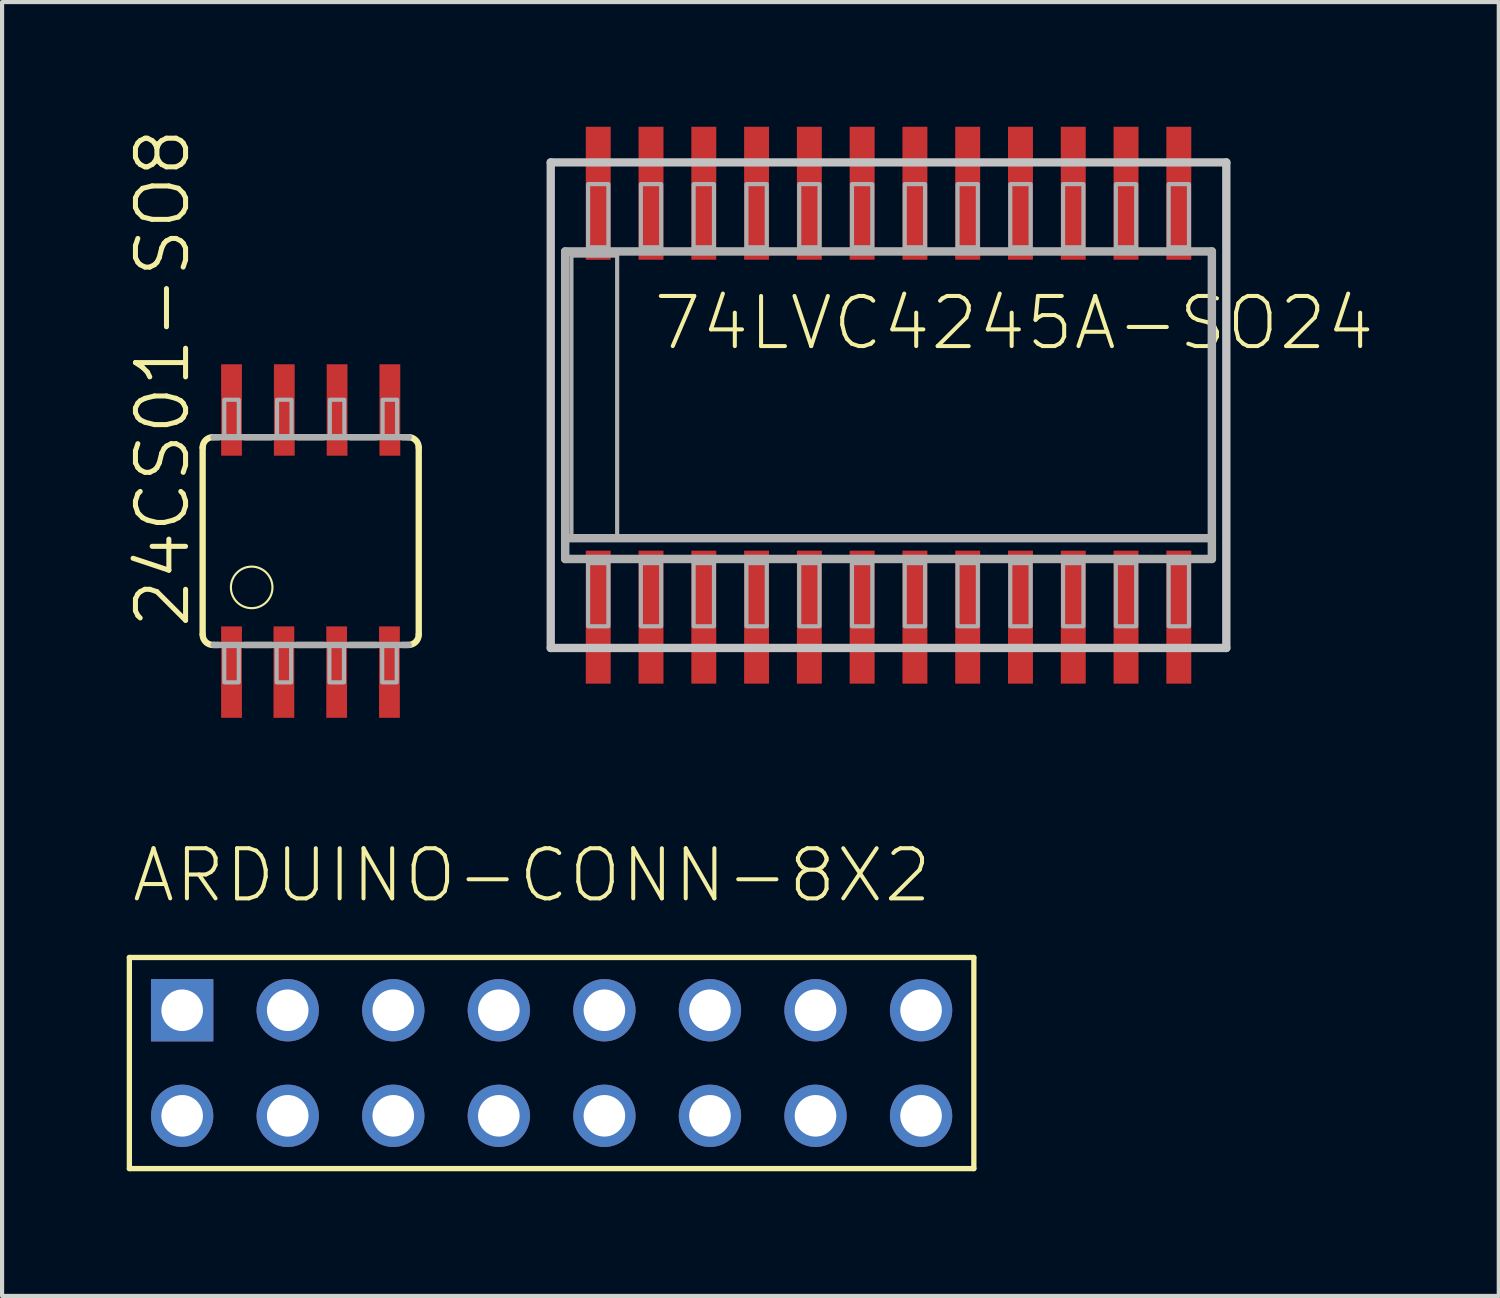
<source format=kicad_pcb>
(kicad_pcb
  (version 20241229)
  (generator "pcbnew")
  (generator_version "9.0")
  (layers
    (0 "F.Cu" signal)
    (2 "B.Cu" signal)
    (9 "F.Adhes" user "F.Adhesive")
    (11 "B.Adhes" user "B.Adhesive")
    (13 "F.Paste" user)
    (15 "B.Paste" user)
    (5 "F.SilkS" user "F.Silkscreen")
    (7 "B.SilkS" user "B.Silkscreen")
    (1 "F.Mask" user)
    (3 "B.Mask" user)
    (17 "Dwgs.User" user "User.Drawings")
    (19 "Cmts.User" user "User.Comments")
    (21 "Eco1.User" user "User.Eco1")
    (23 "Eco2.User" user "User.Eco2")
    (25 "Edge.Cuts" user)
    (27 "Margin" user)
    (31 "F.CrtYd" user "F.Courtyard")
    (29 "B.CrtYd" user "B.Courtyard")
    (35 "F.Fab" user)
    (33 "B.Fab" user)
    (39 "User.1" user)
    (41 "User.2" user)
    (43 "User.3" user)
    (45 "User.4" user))
  (footprint "74LVC4245A-SO24"
    (layer "F.Cu")
    (at 19.6 6.7)
    (property "Reference" "74LVC4245A-SO24" (at -6.985 -1.27 180) (layer "F.SilkS") (effects (font (size 1.206 1.206) (thickness 0.097)) (justify left bottom)))
    (attr through_hole)
    (fp_line (start -9.398 -5.842) (end 6.858 -5.842) (stroke (width 0.2) (type solid)) (layer "Dwgs.User"))
    (fp_line (start -9.398 5.842) (end -9.398 -5.842) (stroke (width 0.2) (type solid)) (layer "Dwgs.User"))
    (fp_line (start 6.858 -5.842) (end 6.858 5.842) (stroke (width 0.2) (type solid)) (layer "Dwgs.User"))
    (fp_line (start 6.858 5.842) (end -9.398 5.842) (stroke (width 0.2) (type solid)) (layer "Dwgs.User"))
    (fp_line (start -9.05 -3.7) (end 6.51 -3.7) (stroke (width 0.203) (type solid)) (layer "F.Fab"))
    (fp_line (start -9.05 3.2) (end -9.05 -3.7) (stroke (width 0.203) (type solid)) (layer "F.Fab"))
    (fp_line (start -9.05 3.7) (end -9.05 3.2) (stroke (width 0.203) (type solid)) (layer "F.Fab"))
    (fp_line (start 6.51 -3.7) (end 6.51 3.2) (stroke (width 0.203) (type solid)) (layer "F.Fab"))
    (fp_line (start 6.51 3.2) (end -9.05 3.2) (stroke (width 0.203) (type solid)) (layer "F.Fab"))
    (fp_line (start 6.51 3.2) (end 6.51 3.7) (stroke (width 0.203) (type solid)) (layer "F.Fab"))
    (fp_line (start 6.51 3.7) (end -9.05 3.7) (stroke (width 0.203) (type solid)) (layer "F.Fab"))
    (fp_poly (pts (xy -8.9 3.2) (xy -7.8 3.2) (xy -7.8 -3.6) (xy -8.9 -3.6)) (stroke (width 0.1) (type solid)) (fill no) (layer "F.Fab"))
    (fp_poly (pts (xy -8.5 -3.8) (xy -8.01 -3.8) (xy -8.01 -5.32) (xy -8.5 -5.32)) (stroke (width 0.1) (type solid)) (fill no) (layer "F.Fab"))
    (fp_poly (pts (xy -8.5 5.32) (xy -8.01 5.32) (xy -8.01 3.8) (xy -8.5 3.8)) (stroke (width 0.1) (type solid)) (fill no) (layer "F.Fab"))
    (fp_poly (pts (xy -7.23 -3.8) (xy -6.74 -3.8) (xy -6.74 -5.32) (xy -7.23 -5.32)) (stroke (width 0.1) (type solid)) (fill no) (layer "F.Fab"))
    (fp_poly (pts (xy -7.23 5.32) (xy -6.74 5.32) (xy -6.74 3.8) (xy -7.23 3.8)) (stroke (width 0.1) (type solid)) (fill no) (layer "F.Fab"))
    (fp_poly (pts (xy -5.96 -3.8) (xy -5.47 -3.8) (xy -5.47 -5.32) (xy -5.96 -5.32)) (stroke (width 0.1) (type solid)) (fill no) (layer "F.Fab"))
    (fp_poly (pts (xy -5.96 5.32) (xy -5.47 5.32) (xy -5.47 3.8) (xy -5.96 3.8)) (stroke (width 0.1) (type solid)) (fill no) (layer "F.Fab"))
    (fp_poly (pts (xy -4.69 -3.8) (xy -4.2 -3.8) (xy -4.2 -5.32) (xy -4.69 -5.32)) (stroke (width 0.1) (type solid)) (fill no) (layer "F.Fab"))
    (fp_poly (pts (xy -4.69 5.32) (xy -4.2 5.32) (xy -4.2 3.8) (xy -4.69 3.8)) (stroke (width 0.1) (type solid)) (fill no) (layer "F.Fab"))
    (fp_poly (pts (xy -3.42 -3.8) (xy -2.93 -3.8) (xy -2.93 -5.32) (xy -3.42 -5.32)) (stroke (width 0.1) (type solid)) (fill no) (layer "F.Fab"))
    (fp_poly (pts (xy -3.42 5.32) (xy -2.93 5.32) (xy -2.93 3.8) (xy -3.42 3.8)) (stroke (width 0.1) (type solid)) (fill no) (layer "F.Fab"))
    (fp_poly (pts (xy -2.15 -3.8) (xy -1.66 -3.8) (xy -1.66 -5.32) (xy -2.15 -5.32)) (stroke (width 0.1) (type solid)) (fill no) (layer "F.Fab"))
    (fp_poly (pts (xy -2.15 5.32) (xy -1.66 5.32) (xy -1.66 3.8) (xy -2.15 3.8)) (stroke (width 0.1) (type solid)) (fill no) (layer "F.Fab"))
    (fp_poly (pts (xy -0.88 -3.8) (xy -0.39 -3.8) (xy -0.39 -5.32) (xy -0.88 -5.32)) (stroke (width 0.1) (type solid)) (fill no) (layer "F.Fab"))
    (fp_poly (pts (xy -0.88 5.32) (xy -0.39 5.32) (xy -0.39 3.8) (xy -0.88 3.8)) (stroke (width 0.1) (type solid)) (fill no) (layer "F.Fab"))
    (fp_poly (pts (xy 0.39 -3.8) (xy 0.88 -3.8) (xy 0.88 -5.32) (xy 0.39 -5.32)) (stroke (width 0.1) (type solid)) (fill no) (layer "F.Fab"))
    (fp_poly (pts (xy 0.39 5.32) (xy 0.88 5.32) (xy 0.88 3.8) (xy 0.39 3.8)) (stroke (width 0.1) (type solid)) (fill no) (layer "F.Fab"))
    (fp_poly (pts (xy 1.66 -3.8) (xy 2.15 -3.8) (xy 2.15 -5.32) (xy 1.66 -5.32)) (stroke (width 0.1) (type solid)) (fill no) (layer "F.Fab"))
    (fp_poly (pts (xy 1.66 5.32) (xy 2.15 5.32) (xy 2.15 3.8) (xy 1.66 3.8)) (stroke (width 0.1) (type solid)) (fill no) (layer "F.Fab"))
    (fp_poly (pts (xy 2.93 -3.8) (xy 3.42 -3.8) (xy 3.42 -5.32) (xy 2.93 -5.32)) (stroke (width 0.1) (type solid)) (fill no) (layer "F.Fab"))
    (fp_poly (pts (xy 2.93 5.32) (xy 3.42 5.32) (xy 3.42 3.8) (xy 2.93 3.8)) (stroke (width 0.1) (type solid)) (fill no) (layer "F.Fab"))
    (fp_poly (pts (xy 4.2 -3.8) (xy 4.69 -3.8) (xy 4.69 -5.32) (xy 4.2 -5.32)) (stroke (width 0.1) (type solid)) (fill no) (layer "F.Fab"))
    (fp_poly (pts (xy 4.2 5.32) (xy 4.69 5.32) (xy 4.69 3.8) (xy 4.2 3.8)) (stroke (width 0.1) (type solid)) (fill no) (layer "F.Fab"))
    (fp_poly (pts (xy 5.47 -3.8) (xy 5.96 -3.8) (xy 5.96 -5.32) (xy 5.47 -5.32)) (stroke (width 0.1) (type solid)) (fill no) (layer "F.Fab"))
    (fp_poly (pts (xy 5.47 5.32) (xy 5.96 5.32) (xy 5.96 3.8) (xy 5.47 3.8)) (stroke (width 0.1) (type solid)) (fill no) (layer "F.Fab"))
    (pad "1" smd rect (at -8.255 5.1) (size 0.6 3.2) (layers "F.Cu" "F.Mask" "F.Paste"))
    (pad "2" smd rect (at -6.985 5.1) (size 0.6 3.2) (layers "F.Cu" "F.Mask" "F.Paste"))
    (pad "3" smd rect (at -5.715 5.1) (size 0.6 3.2) (layers "F.Cu" "F.Mask" "F.Paste"))
    (pad "4" smd rect (at -4.445 5.1) (size 0.6 3.2) (layers "F.Cu" "F.Mask" "F.Paste"))
    (pad "5" smd rect (at -3.175 5.1) (size 0.6 3.2) (layers "F.Cu" "F.Mask" "F.Paste"))
    (pad "6" smd rect (at -1.905 5.1) (size 0.6 3.2) (layers "F.Cu" "F.Mask" "F.Paste"))
    (pad "7" smd rect (at -0.635 5.1) (size 0.6 3.2) (layers "F.Cu" "F.Mask" "F.Paste"))
    (pad "8" smd rect (at 0.635 5.1) (size 0.6 3.2) (layers "F.Cu" "F.Mask" "F.Paste"))
    (pad "9" smd rect (at 1.905 5.1) (size 0.6 3.2) (layers "F.Cu" "F.Mask" "F.Paste"))
    (pad "10" smd rect (at 3.175 5.1) (size 0.6 3.2) (layers "F.Cu" "F.Mask" "F.Paste"))
    (pad "11" smd rect (at 4.445 5.1) (size 0.6 3.2) (layers "F.Cu" "F.Mask" "F.Paste"))
    (pad "12" smd rect (at 5.715 5.1) (size 0.6 3.2) (layers "F.Cu" "F.Mask" "F.Paste"))
    (pad "13" smd rect (at 5.715 -5.1) (size 0.6 3.2) (layers "F.Cu" "F.Mask" "F.Paste"))
    (pad "14" smd rect (at 4.445 -5.1) (size 0.6 3.2) (layers "F.Cu" "F.Mask" "F.Paste"))
    (pad "15" smd rect (at 3.175 -5.1) (size 0.6 3.2) (layers "F.Cu" "F.Mask" "F.Paste"))
    (pad "16" smd rect (at 1.905 -5.1) (size 0.6 3.2) (layers "F.Cu" "F.Mask" "F.Paste"))
    (pad "17" smd rect (at 0.635 -5.1) (size 0.6 3.2) (layers "F.Cu" "F.Mask" "F.Paste"))
    (pad "18" smd rect (at -0.635 -5.1) (size 0.6 3.2) (layers "F.Cu" "F.Mask" "F.Paste"))
    (pad "19" smd rect (at -1.905 -5.1) (size 0.6 3.2) (layers "F.Cu" "F.Mask" "F.Paste"))
    (pad "20" smd rect (at -3.175 -5.1) (size 0.6 3.2) (layers "F.Cu" "F.Mask" "F.Paste"))
    (pad "21" smd rect (at -4.445 -5.1) (size 0.6 3.2) (layers "F.Cu" "F.Mask" "F.Paste"))
    (pad "22" smd rect (at -5.715 -5.1) (size 0.6 3.2) (layers "F.Cu" "F.Mask" "F.Paste"))
    (pad "23" smd rect (at -6.985 -5.1) (size 0.6 3.2) (layers "F.Cu" "F.Mask" "F.Paste"))
    (pad "24" smd rect (at -8.255 -5.1) (size 0.6 3.2) (layers "F.Cu" "F.Mask" "F.Paste")))
  (footprint "ARDUINO-CONN-8X2"
    (layer "F.Cu")
    (at 1.333 21.259)
    (property "Reference" "ARDUINO-CONN-8X2" (at -1.27 -2.54 180) (layer "F.SilkS") (effects (font (size 1.206 1.206) (thickness 0.097)) (justify left bottom)))
    (attr through_hole)
    (fp_line (start -1.27 -1.27) (end -1.27 3.81) (stroke (width 0.127) (type solid)) (layer "F.SilkS"))
    (fp_line (start -1.27 3.81) (end 19.05 3.81) (stroke (width 0.127) (type solid)) (layer "F.SilkS"))
    (fp_line (start 19.05 -1.27) (end -1.27 -1.27) (stroke (width 0.127) (type solid)) (layer "F.SilkS"))
    (fp_line (start 19.05 -1.27) (end 19.05 3.81) (stroke (width 0.127) (type solid)) (layer "F.SilkS"))
    (pad "P$1" thru_hole rect (at 0 0) (size 1.5 1.5) (drill 1) (layers "*.Cu" "*.Mask"))
    (pad "P$2" thru_hole circle (at 0 2.54) (size 1.5 1.5) (drill 1) (layers "*.Cu" "*.Mask"))
    (pad "P$3" thru_hole circle (at 2.54 0) (size 1.5 1.5) (drill 1) (layers "*.Cu" "*.Mask"))
    (pad "P$4" thru_hole circle (at 2.54 2.54) (size 1.5 1.5) (drill 1) (layers "*.Cu" "*.Mask"))
    (pad "P$5" thru_hole circle (at 5.08 0) (size 1.5 1.5) (drill 1) (layers "*.Cu" "*.Mask"))
    (pad "P$6" thru_hole circle (at 5.08 2.54) (size 1.5 1.5) (drill 1) (layers "*.Cu" "*.Mask"))
    (pad "P$7" thru_hole circle (at 7.62 0) (size 1.5 1.5) (drill 1) (layers "*.Cu" "*.Mask"))
    (pad "P$8" thru_hole circle (at 7.62 2.54) (size 1.5 1.5) (drill 1) (layers "*.Cu" "*.Mask"))
    (pad "P$9" thru_hole circle (at 10.16 0) (size 1.5 1.5) (drill 1) (layers "*.Cu" "*.Mask"))
    (pad "P$10" thru_hole circle (at 10.16 2.54) (size 1.5 1.5) (drill 1) (layers "*.Cu" "*.Mask"))
    (pad "P$11" thru_hole circle (at 12.7 0) (size 1.5 1.5) (drill 1) (layers "*.Cu" "*.Mask"))
    (pad "P$12" thru_hole circle (at 12.7 2.54) (size 1.5 1.5) (drill 1) (layers "*.Cu" "*.Mask"))
    (pad "P$13" thru_hole circle (at 15.24 0) (size 1.5 1.5) (drill 1) (layers "*.Cu" "*.Mask"))
    (pad "P$14" thru_hole circle (at 15.24 2.54) (size 1.5 1.5) (drill 1) (layers "*.Cu" "*.Mask"))
    (pad "P$15" thru_hole circle (at 17.78 0) (size 1.5 1.5) (drill 1) (layers "*.Cu" "*.Mask"))
    (pad "P$16" thru_hole circle (at 17.78 2.54) (size 1.5 1.5) (drill 1) (layers "*.Cu" "*.Mask")))
  (footprint "24CS01-SO8"
    (layer "F.Cu")
    (at 4.426 9.969)
    (property "Reference" "24CS01-SO8" (at -2.857 2.159 270) (layer "F.SilkS") (effects (font (size 1.206 1.206) (thickness 0.121)) (justify left bottom)))
    (attr through_hole)
    (fp_line (start -2.6 -2.25) (end -2.6 2.24) (stroke (width 0.152) (type solid)) (layer "F.SilkS"))
    (fp_line (start -2.21 -2.5) (end -2.34 -2.5) (stroke (width 0.152) (type solid)) (layer "F.SilkS"))
    (fp_line (start -2.21 2.5) (end -2.34 2.5) (stroke (width 0.152) (type solid)) (layer "F.SilkS"))
    (fp_line (start -1.59 -2.5) (end -0.95 -2.5) (stroke (width 0.152) (type solid)) (layer "F.SilkS"))
    (fp_line (start -0.95 2.5) (end -1.59 2.5) (stroke (width 0.152) (type solid)) (layer "F.SilkS"))
    (fp_line (start -0.32 -2.5) (end 0.32 -2.5) (stroke (width 0.152) (type solid)) (layer "F.SilkS"))
    (fp_line (start 0.32 2.5) (end -0.33 2.5) (stroke (width 0.152) (type solid)) (layer "F.SilkS"))
    (fp_line (start 0.95 -2.5) (end 1.59 -2.5) (stroke (width 0.152) (type solid)) (layer "F.SilkS"))
    (fp_line (start 1.59 2.5) (end 0.94 2.5) (stroke (width 0.152) (type solid)) (layer "F.SilkS"))
    (fp_line (start 2.2 2.5) (end 2.33 2.5) (stroke (width 0.152) (type solid)) (layer "F.SilkS"))
    (fp_line (start 2.21 -2.5) (end 2.36 -2.5) (stroke (width 0.152) (type solid)) (layer "F.SilkS"))
    (fp_line (start 2.6 2.25) (end 2.6 -2.25) (stroke (width 0.152) (type solid)) (layer "F.SilkS"))
    (fp_arc (start -2.6 -2.25) (mid -2.526777 -2.426777) (end -2.35 -2.5) (stroke (width 0.1524) (type solid)) (layer "F.SilkS"))
    (fp_arc (start -2.35 2.5) (mid -2.526777 2.426777) (end -2.6 2.25) (stroke (width 0.1524) (type solid)) (layer "F.SilkS"))
    (fp_arc (start 2.35 -2.5) (mid 2.526777 -2.426777) (end 2.6 -2.25) (stroke (width 0.1524) (type solid)) (layer "F.SilkS"))
    (fp_arc (start 2.6 2.25) (mid 2.526777 2.426777) (end 2.35 2.5) (stroke (width 0.1524) (type solid)) (layer "F.SilkS"))
    (fp_circle (center -1.42 1.115) (end -0.92 1.115) (stroke (width 0.051) (type solid)) (fill no) (layer "F.SilkS"))
    (fp_line (start -2.34 -2.5) (end 2.36 -2.5) (stroke (width 0.152) (type solid)) (layer "F.Fab"))
    (fp_line (start 2.36 2.5) (end -2.34 2.5) (stroke (width 0.152) (type solid)) (layer "F.Fab"))
    (fp_poly (pts (xy -2.08 -2.5) (xy -1.73 -2.5) (xy -1.73 -3.4) (xy -2.08 -3.4)) (stroke (width 0.1) (type solid)) (fill no) (layer "F.Fab"))
    (fp_poly (pts (xy -2.08 3.4) (xy -1.73 3.4) (xy -1.73 2.5) (xy -2.08 2.5)) (stroke (width 0.1) (type solid)) (fill no) (layer "F.Fab"))
    (fp_poly (pts (xy -0.82 3.4) (xy -0.47 3.4) (xy -0.47 2.5) (xy -0.82 2.5)) (stroke (width 0.1) (type solid)) (fill no) (layer "F.Fab"))
    (fp_poly (pts (xy -0.81 -2.5) (xy -0.46 -2.5) (xy -0.46 -3.4) (xy -0.81 -3.4)) (stroke (width 0.1) (type solid)) (fill no) (layer "F.Fab"))
    (fp_poly (pts (xy 0.45 3.4) (xy 0.8 3.4) (xy 0.8 2.5) (xy 0.45 2.5)) (stroke (width 0.1) (type solid)) (fill no) (layer "F.Fab"))
    (fp_poly (pts (xy 0.46 -2.5) (xy 0.81 -2.5) (xy 0.81 -3.4) (xy 0.46 -3.4)) (stroke (width 0.1) (type solid)) (fill no) (layer "F.Fab"))
    (fp_poly (pts (xy 1.72 3.4) (xy 2.07 3.4) (xy 2.07 2.5) (xy 1.72 2.5)) (stroke (width 0.1) (type solid)) (fill no) (layer "F.Fab"))
    (fp_poly (pts (xy 1.73 -2.5) (xy 2.08 -2.5) (xy 2.08 -3.4) (xy 1.73 -3.4)) (stroke (width 0.1) (type solid)) (fill no) (layer "F.Fab"))
    (pad "1" smd rect (at -1.905 3.154) (size 0.5 2.2) (layers "F.Cu" "F.Mask" "F.Paste"))
    (pad "2" smd rect (at -0.645 3.154) (size 0.5 2.2) (layers "F.Cu" "F.Mask" "F.Paste"))
    (pad "3" smd rect (at 0.625 3.154) (size 0.5 2.2) (layers "F.Cu" "F.Mask" "F.Paste"))
    (pad "4" smd rect (at 1.895 3.154) (size 0.5 2.2) (layers "F.Cu" "F.Mask" "F.Paste"))
    (pad "5" smd rect (at 1.905 -3.154) (size 0.5 2.2) (layers "F.Cu" "F.Mask" "F.Paste"))
    (pad "6" smd rect (at 0.635 -3.154) (size 0.5 2.2) (layers "F.Cu" "F.Mask" "F.Paste"))
    (pad "7" smd rect (at -0.635 -3.154) (size 0.5 2.2) (layers "F.Cu" "F.Mask" "F.Paste"))
    (pad "8" smd rect (at -1.905 -3.154) (size 0.5 2.2) (layers "F.Cu" "F.Mask" "F.Paste")))
  (gr_rect
    (start -3 -3)
    (end 33.014 28.133)
    (stroke (width 0.1) (type default))
    (fill no)
    (layer "Edge.Cuts")))
</source>
